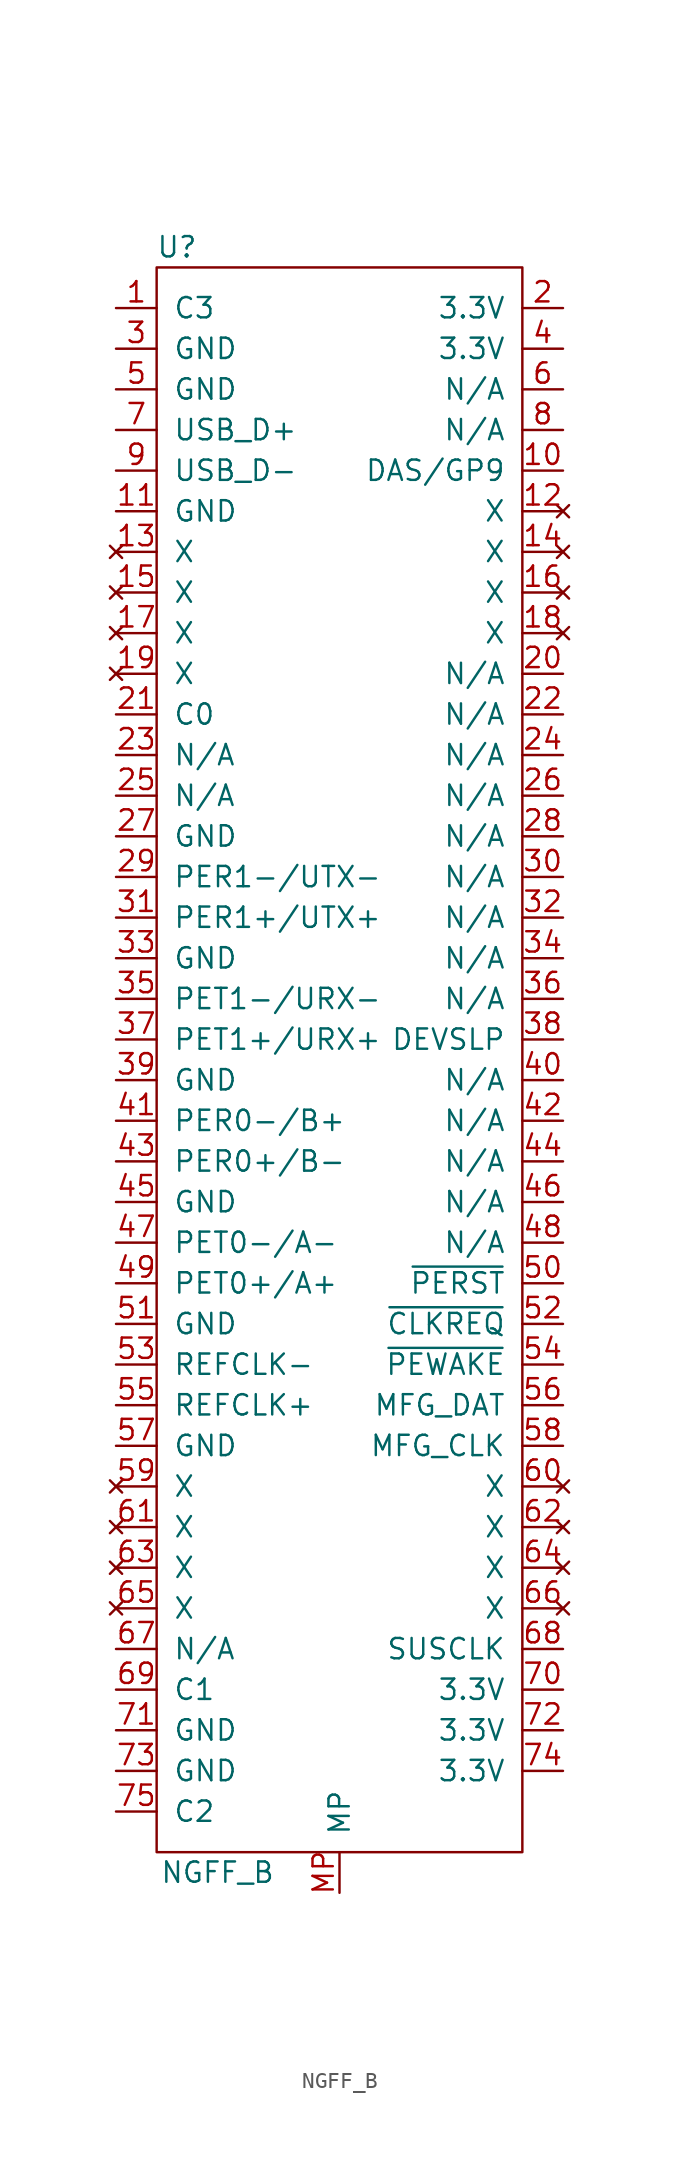
<source format=kicad_sym>
(kicad_symbol_lib
  (version 20241209)
  (generator "kicad_symbol_editor")
  (generator_version "9.0")
  (symbol "NGFF_B"
    (pin_names
      (offset 1.016))
    (property "Reference" "U"
      (at -10.16 35.56 0)
      (effects (font (size 1.27 1.27))))
    (property "Value" "NGFF_B"
      (at -7.62 -66.04 0)
      (effects (font (size 1.27 1.27))))
    (symbol "NGFF_B_0_1"
      (rectangle (start -11.43 34.29) (end 11.43 -64.77) (stroke (width 0) (type solid)) (fill (type none))))
    (symbol "NGFF_B_1_1"
      (pin input line (at -13.97 31.75 0) (length 2.54) (name "C3" (effects (font (size 1.27 1.27)))) (number "1" (effects (font (size 1.27 1.27)))))
      (pin input line (at -13.97 29.21 0) (length 2.54) (name "GND" (effects (font (size 1.27 1.27)))) (number "3" (effects (font (size 1.27 1.27)))))
      (pin input line (at -13.97 26.67 0) (length 2.54) (name "GND" (effects (font (size 1.27 1.27)))) (number "5" (effects (font (size 1.27 1.27)))))
      (pin input line (at -13.97 24.13 0) (length 2.54) (name "USB_D+" (effects (font (size 1.27 1.27)))) (number "7" (effects (font (size 1.27 1.27)))))
      (pin input line (at -13.97 21.59 0) (length 2.54) (name "USB_D-" (effects (font (size 1.27 1.27)))) (number "9" (effects (font (size 1.27 1.27)))))
      (pin input line (at -13.97 19.05 0) (length 2.54) (name "GND" (effects (font (size 1.27 1.27)))) (number "11" (effects (font (size 1.27 1.27)))))
      (pin no_connect line (at -13.97 16.51 0) (length 2.54) (name "X" (effects (font (size 1.27 1.27)))) (number "13" (effects (font (size 1.27 1.27)))))
      (pin no_connect line (at -13.97 13.97 0) (length 2.54) (name "X" (effects (font (size 1.27 1.27)))) (number "15" (effects (font (size 1.27 1.27)))))
      (pin no_connect line (at -13.97 11.43 0) (length 2.54) (name "X" (effects (font (size 1.27 1.27)))) (number "17" (effects (font (size 1.27 1.27)))))
      (pin no_connect line (at -13.97 8.89 0) (length 2.54) (name "X" (effects (font (size 1.27 1.27)))) (number "19" (effects (font (size 1.27 1.27)))))
      (pin input line (at -13.97 6.35 0) (length 2.54) (name "C0" (effects (font (size 1.27 1.27)))) (number "21" (effects (font (size 1.27 1.27)))))
      (pin input line (at -13.97 3.81 0) (length 2.54) (name "N/A" (effects (font (size 1.27 1.27)))) (number "23" (effects (font (size 1.27 1.27)))))
      (pin input line (at -13.97 1.27 0) (length 2.54) (name "N/A" (effects (font (size 1.27 1.27)))) (number "25" (effects (font (size 1.27 1.27)))))
      (pin input line (at -13.97 -1.27 0) (length 2.54) (name "GND" (effects (font (size 1.27 1.27)))) (number "27" (effects (font (size 1.27 1.27)))))
      (pin input line (at -13.97 -3.81 0) (length 2.54) (name "PER1-/UTX-" (effects (font (size 1.27 1.27)))) (number "29" (effects (font (size 1.27 1.27)))))
      (pin input line (at -13.97 -6.35 0) (length 2.54) (name "PER1+/UTX+" (effects (font (size 1.27 1.27)))) (number "31" (effects (font (size 1.27 1.27)))))
      (pin input line (at -13.97 -8.89 0) (length 2.54) (name "GND" (effects (font (size 1.27 1.27)))) (number "33" (effects (font (size 1.27 1.27)))))
      (pin input line (at -13.97 -11.43 0) (length 2.54) (name "PET1-/URX-" (effects (font (size 1.27 1.27)))) (number "35" (effects (font (size 1.27 1.27)))))
      (pin input line (at -13.97 -13.97 0) (length 2.54) (name "PET1+/URX+" (effects (font (size 1.27 1.27)))) (number "37" (effects (font (size 1.27 1.27)))))
      (pin input line (at -13.97 -16.51 0) (length 2.54) (name "GND" (effects (font (size 1.27 1.27)))) (number "39" (effects (font (size 1.27 1.27)))))
      (pin input line (at -13.97 -19.05 0) (length 2.54) (name "PER0-/B+" (effects (font (size 1.27 1.27)))) (number "41" (effects (font (size 1.27 1.27)))))
      (pin input line (at -13.97 -21.59 0) (length 2.54) (name "PER0+/B-" (effects (font (size 1.27 1.27)))) (number "43" (effects (font (size 1.27 1.27)))))
      (pin input line (at -13.97 -24.13 0) (length 2.54) (name "GND" (effects (font (size 1.27 1.27)))) (number "45" (effects (font (size 1.27 1.27)))))
      (pin input line (at -13.97 -26.67 0) (length 2.54) (name "PET0-/A-" (effects (font (size 1.27 1.27)))) (number "47" (effects (font (size 1.27 1.27)))))
      (pin input line (at -13.97 -29.21 0) (length 2.54) (name "PET0+/A+" (effects (font (size 1.27 1.27)))) (number "49" (effects (font (size 1.27 1.27)))))
      (pin input line (at -13.97 -31.75 0) (length 2.54) (name "GND" (effects (font (size 1.27 1.27)))) (number "51" (effects (font (size 1.27 1.27)))))
      (pin input line (at -13.97 -34.29 0) (length 2.54) (name "REFCLK-" (effects (font (size 1.27 1.27)))) (number "53" (effects (font (size 1.27 1.27)))))
      (pin input line (at -13.97 -36.83 0) (length 2.54) (name "REFCLK+" (effects (font (size 1.27 1.27)))) (number "55" (effects (font (size 1.27 1.27)))))
      (pin input line (at -13.97 -39.37 0) (length 2.54) (name "GND" (effects (font (size 1.27 1.27)))) (number "57" (effects (font (size 1.27 1.27)))))
      (pin no_connect line (at -13.97 -41.91 0) (length 2.54) (name "X" (effects (font (size 1.27 1.27)))) (number "59" (effects (font (size 1.27 1.27)))))
      (pin no_connect line (at -13.97 -44.45 0) (length 2.54) (name "X" (effects (font (size 1.27 1.27)))) (number "61" (effects (font (size 1.27 1.27)))))
      (pin no_connect line (at -13.97 -46.99 0) (length 2.54) (name "X" (effects (font (size 1.27 1.27)))) (number "63" (effects (font (size 1.27 1.27)))))
      (pin no_connect line (at -13.97 -49.53 0) (length 2.54) (name "X" (effects (font (size 1.27 1.27)))) (number "65" (effects (font (size 1.27 1.27)))))
      (pin input line (at -13.97 -52.07 0) (length 2.54) (name "N/A" (effects (font (size 1.27 1.27)))) (number "67" (effects (font (size 1.27 1.27)))))
      (pin input line (at -13.97 -54.61 0) (length 2.54) (name "C1" (effects (font (size 1.27 1.27)))) (number "69" (effects (font (size 1.27 1.27)))))
      (pin input line (at -13.97 -57.15 0) (length 2.54) (name "GND" (effects (font (size 1.27 1.27)))) (number "71" (effects (font (size 1.27 1.27)))))
      (pin input line (at -13.97 -59.69 0) (length 2.54) (name "GND" (effects (font (size 1.27 1.27)))) (number "73" (effects (font (size 1.27 1.27)))))
      (pin input line (at -13.97 -62.23 0) (length 2.54) (name "C2" (effects (font (size 1.27 1.27)))) (number "75" (effects (font (size 1.27 1.27)))))
      (pin input line (at 0 -67.31 90) (length 2.54) (name "MP" (effects (font (size 1.27 1.27)))) (number "MP" (effects (font (size 1.27 1.27)))))
      (pin input line (at 13.97 31.75 180) (length 2.54) (name "3.3V" (effects (font (size 1.27 1.27)))) (number "2" (effects (font (size 1.27 1.27)))))
      (pin input line (at 13.97 29.21 180) (length 2.54) (name "3.3V" (effects (font (size 1.27 1.27)))) (number "4" (effects (font (size 1.27 1.27)))))
      (pin input line (at 13.97 26.67 180) (length 2.54) (name "N/A" (effects (font (size 1.27 1.27)))) (number "6" (effects (font (size 1.27 1.27)))))
      (pin input line (at 13.97 24.13 180) (length 2.54) (name "N/A" (effects (font (size 1.27 1.27)))) (number "8" (effects (font (size 1.27 1.27)))))
      (pin input line (at 13.97 21.59 180) (length 2.54) (name "DAS/GP9" (effects (font (size 1.27 1.27)))) (number "10" (effects (font (size 1.27 1.27)))))
      (pin no_connect line (at 13.97 19.05 180) (length 2.54) (name "X" (effects (font (size 1.27 1.27)))) (number "12" (effects (font (size 1.27 1.27)))))
      (pin no_connect line (at 13.97 16.51 180) (length 2.54) (name "X" (effects (font (size 1.27 1.27)))) (number "14" (effects (font (size 1.27 1.27)))))
      (pin no_connect line (at 13.97 13.97 180) (length 2.54) (name "X" (effects (font (size 1.27 1.27)))) (number "16" (effects (font (size 1.27 1.27)))))
      (pin no_connect line (at 13.97 11.43 180) (length 2.54) (name "X" (effects (font (size 1.27 1.27)))) (number "18" (effects (font (size 1.27 1.27)))))
      (pin input line (at 13.97 8.89 180) (length 2.54) (name "N/A" (effects (font (size 1.27 1.27)))) (number "20" (effects (font (size 1.27 1.27)))))
      (pin input line (at 13.97 6.35 180) (length 2.54) (name "N/A" (effects (font (size 1.27 1.27)))) (number "22" (effects (font (size 1.27 1.27)))))
      (pin input line (at 13.97 3.81 180) (length 2.54) (name "N/A" (effects (font (size 1.27 1.27)))) (number "24" (effects (font (size 1.27 1.27)))))
      (pin input line (at 13.97 1.27 180) (length 2.54) (name "N/A" (effects (font (size 1.27 1.27)))) (number "26" (effects (font (size 1.27 1.27)))))
      (pin input line (at 13.97 -1.27 180) (length 2.54) (name "N/A" (effects (font (size 1.27 1.27)))) (number "28" (effects (font (size 1.27 1.27)))))
      (pin input line (at 13.97 -3.81 180) (length 2.54) (name "N/A" (effects (font (size 1.27 1.27)))) (number "30" (effects (font (size 1.27 1.27)))))
      (pin input line (at 13.97 -6.35 180) (length 2.54) (name "N/A" (effects (font (size 1.27 1.27)))) (number "32" (effects (font (size 1.27 1.27)))))
      (pin input line (at 13.97 -8.89 180) (length 2.54) (name "N/A" (effects (font (size 1.27 1.27)))) (number "34" (effects (font (size 1.27 1.27)))))
      (pin input line (at 13.97 -11.43 180) (length 2.54) (name "N/A" (effects (font (size 1.27 1.27)))) (number "36" (effects (font (size 1.27 1.27)))))
      (pin input line (at 13.97 -13.97 180) (length 2.54) (name "DEVSLP" (effects (font (size 1.27 1.27)))) (number "38" (effects (font (size 1.27 1.27)))))
      (pin input line (at 13.97 -16.51 180) (length 2.54) (name "N/A" (effects (font (size 1.27 1.27)))) (number "40" (effects (font (size 1.27 1.27)))))
      (pin input line (at 13.97 -19.05 180) (length 2.54) (name "N/A" (effects (font (size 1.27 1.27)))) (number "42" (effects (font (size 1.27 1.27)))))
      (pin input line (at 13.97 -21.59 180) (length 2.54) (name "N/A" (effects (font (size 1.27 1.27)))) (number "44" (effects (font (size 1.27 1.27)))))
      (pin input line (at 13.97 -24.13 180) (length 2.54) (name "N/A" (effects (font (size 1.27 1.27)))) (number "46" (effects (font (size 1.27 1.27)))))
      (pin input line (at 13.97 -26.67 180) (length 2.54) (name "N/A" (effects (font (size 1.27 1.27)))) (number "48" (effects (font (size 1.27 1.27)))))
      (pin input line (at 13.97 -29.21 180) (length 2.54) (name "~{PERST}" (effects (font (size 1.27 1.27)))) (number "50" (effects (font (size 1.27 1.27)))))
      (pin input line (at 13.97 -31.75 180) (length 2.54) (name "~{CLKREQ}" (effects (font (size 1.27 1.27)))) (number "52" (effects (font (size 1.27 1.27)))))
      (pin input line (at 13.97 -34.29 180) (length 2.54) (name "~{PEWAKE}" (effects (font (size 1.27 1.27)))) (number "54" (effects (font (size 1.27 1.27)))))
      (pin input line (at 13.97 -36.83 180) (length 2.54) (name "MFG_DAT" (effects (font (size 1.27 1.27)))) (number "56" (effects (font (size 1.27 1.27)))))
      (pin input line (at 13.97 -39.37 180) (length 2.54) (name "MFG_CLK" (effects (font (size 1.27 1.27)))) (number "58" (effects (font (size 1.27 1.27)))))
      (pin no_connect line (at 13.97 -41.91 180) (length 2.54) (name "X" (effects (font (size 1.27 1.27)))) (number "60" (effects (font (size 1.27 1.27)))))
      (pin no_connect line (at 13.97 -44.45 180) (length 2.54) (name "X" (effects (font (size 1.27 1.27)))) (number "62" (effects (font (size 1.27 1.27)))))
      (pin no_connect line (at 13.97 -46.99 180) (length 2.54) (name "X" (effects (font (size 1.27 1.27)))) (number "64" (effects (font (size 1.27 1.27)))))
      (pin no_connect line (at 13.97 -49.53 180) (length 2.54) (name "X" (effects (font (size 1.27 1.27)))) (number "66" (effects (font (size 1.27 1.27)))))
      (pin input line (at 13.97 -52.07 180) (length 2.54) (name "SUSCLK" (effects (font (size 1.27 1.27)))) (number "68" (effects (font (size 1.27 1.27)))))
      (pin input line (at 13.97 -54.61 180) (length 2.54) (name "3.3V" (effects (font (size 1.27 1.27)))) (number "70" (effects (font (size 1.27 1.27)))))
      (pin input line (at 13.97 -57.15 180) (length 2.54) (name "3.3V" (effects (font (size 1.27 1.27)))) (number "72" (effects (font (size 1.27 1.27)))))
      (pin input line (at 13.97 -59.69 180) (length 2.54) (name "3.3V" (effects (font (size 1.27 1.27)))) (number "74" (effects (font (size 1.27 1.27))))))))
</source>
